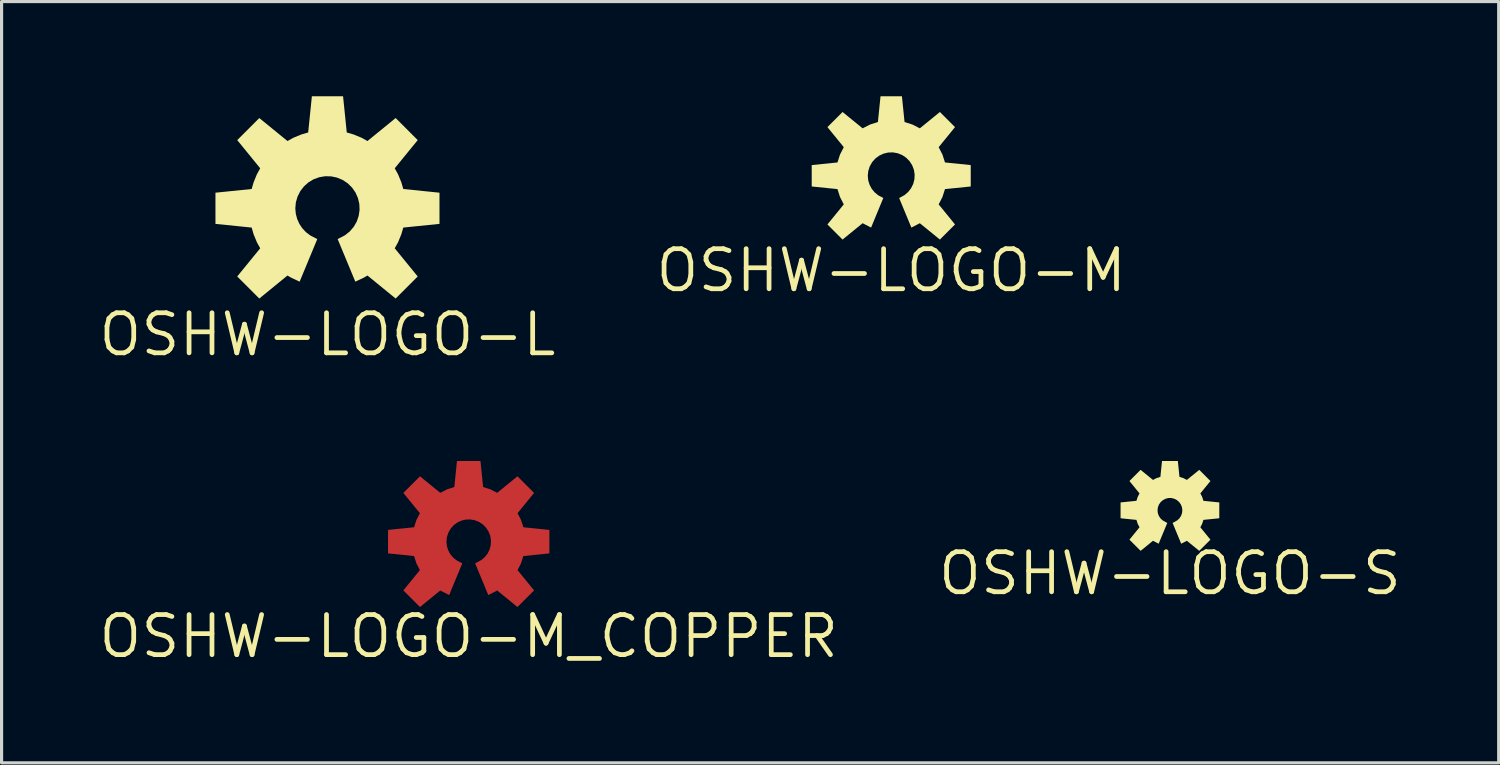
<source format=kicad_pcb>
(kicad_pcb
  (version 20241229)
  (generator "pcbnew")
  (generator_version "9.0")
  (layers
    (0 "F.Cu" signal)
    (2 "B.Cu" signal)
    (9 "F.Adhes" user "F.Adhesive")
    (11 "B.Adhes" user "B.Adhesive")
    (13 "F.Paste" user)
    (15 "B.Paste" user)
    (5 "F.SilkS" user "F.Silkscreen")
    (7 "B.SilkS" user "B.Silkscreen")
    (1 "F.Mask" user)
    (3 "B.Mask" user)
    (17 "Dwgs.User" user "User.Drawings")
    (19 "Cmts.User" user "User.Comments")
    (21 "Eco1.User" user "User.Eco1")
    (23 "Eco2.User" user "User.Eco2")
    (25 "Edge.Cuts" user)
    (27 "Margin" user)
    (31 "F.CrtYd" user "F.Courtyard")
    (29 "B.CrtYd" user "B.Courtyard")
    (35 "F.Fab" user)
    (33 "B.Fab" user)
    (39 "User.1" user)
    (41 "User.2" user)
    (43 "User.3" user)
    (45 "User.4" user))
  (footprint "OSHW-LOGO-S"
    (layer "F.Cu")
    (at 34.016 13.119)
    (property "Reference" "OSHW-LOGO-S" (at 0 2 0) (layer "F.SilkS") (effects (font (size 1.27 1.27) (thickness 0.15))))
    (fp_poly (pts (xy 0.302 -1.061) (xy 0.302 -1.061) (xy 0.302 -1.061) (xy 0.302 -1.061) (xy 0.423 -1.022) (xy 0.537 -0.964) (xy 0.537 -0.964) (xy 0.537 -0.964) (xy 0.929 -1.283) (xy 1.283 -0.929) (xy 0.964 -0.537) (xy 0.964 -0.537) (xy 0.964 -0.537) (xy 1.022 -0.423) (xy 1.061 -0.302) (xy 1.061 -0.302) (xy 1.061 -0.302) (xy 1.061 -0.302) (xy 1.564 -0.251) (xy 1.564 0.251) (xy 1.061 0.302) (xy 1.061 0.302) (xy 1.061 0.302) (xy 1.061 0.302) (xy 1.022 0.423) (xy 0.964 0.537) (xy 0.964 0.537) (xy 0.964 0.537) (xy 1.283 0.929) (xy 0.929 1.283) (xy 0.537 0.964) (xy 0.537 0.964) (xy 0.357 1.057) (xy 0.085 0.4) (xy 0.232 0.317) (xy 0.232 0.317) (xy 0.233 0.317) (xy 0.301 0.253) (xy 0.301 0.253) (xy 0.353 0.174) (xy 0.353 0.174) (xy 0.353 0.174) (xy 0.384 0.085) (xy 0.384 0.085) (xy 0.384 0.085) (xy 0.384 0.085) (xy 0.393 -0.009) (xy 0.393 -0.009) (xy 0.393 -0.009) (xy 0.393 -0.009) (xy 0.38 -0.102) (xy 0.38 -0.102) (xy 0.345 -0.189) (xy 0.345 -0.189) (xy 0.29 -0.266) (xy 0.29 -0.266) (xy 0.218 -0.327) (xy 0.218 -0.327) (xy 0.218 -0.327) (xy 0.134 -0.369) (xy 0.134 -0.369) (xy 0.043 -0.391) (xy 0.043 -0.391) (xy -0.051 -0.39) (xy -0.051 -0.39) (xy -0.143 -0.366) (xy -0.143 -0.366) (xy -0.226 -0.322) (xy -0.226 -0.322) (xy -0.296 -0.259) (xy -0.296 -0.259) (xy -0.349 -0.182) (xy -0.349 -0.181) (xy -0.349 -0.181) (xy -0.382 -0.093) (xy -0.382 -0.093) (xy -0.382 -0.093) (xy -0.393 0.000095) (xy -0.393 0.000097) (xy -0.382 0.092) (xy -0.382 0.092) (xy -0.382 0.092) (xy -0.35 0.179) (xy -0.35 0.179) (xy -0.299 0.255) (xy -0.299 0.255) (xy -0.299 0.255) (xy -0.231 0.318) (xy -0.231 0.318) (xy -0.231 0.318) (xy -0.085 0.4) (xy -0.357 1.057) (xy -0.537 0.964) (xy -0.537 0.964) (xy -0.929 1.283) (xy -1.283 0.929) (xy -0.964 0.537) (xy -0.964 0.537) (xy -0.964 0.537) (xy -1.022 0.423) (xy -1.061 0.302) (xy -1.061 0.302) (xy -1.061 0.302) (xy -1.061 0.302) (xy -1.564 0.251) (xy -1.564 -0.251) (xy -1.061 -0.302) (xy -1.061 -0.302) (xy -1.061 -0.302) (xy -1.061 -0.302) (xy -1.022 -0.423) (xy -0.964 -0.537) (xy -0.964 -0.537) (xy -0.964 -0.537) (xy -1.283 -0.929) (xy -0.929 -1.283) (xy -0.537 -0.964) (xy -0.537 -0.964) (xy -0.537 -0.964) (xy -0.423 -1.022) (xy -0.302 -1.061) (xy -0.302 -1.061) (xy -0.302 -1.061) (xy -0.302 -1.061) (xy -0.251 -1.564) (xy 0.251 -1.564)) (stroke (width 0) (type default)) (fill yes) (layer "F.SilkS")))
  (footprint "OSHW-LOGO-M"
    (layer "F.Cu")
    (at 25.186 2.519)
    (property "Reference" "OSHW-LOGO-M" (at 0 3 0) (layer "F.SilkS") (effects (font (size 1.27 1.27) (thickness 0.15))))
    (fp_poly (pts (xy 0.422 -1.703) (xy 0.422 -1.703) (xy 0.422 -1.703) (xy 0.422 -1.703) (xy 0.672 -1.623) (xy 0.906 -1.503) (xy 0.906 -1.503) (xy 0.906 -1.503) (xy 0.906 -1.503) (xy 1.542 -2.021) (xy 2.021 -1.542) (xy 1.503 -0.906) (xy 1.503 -0.906) (xy 1.503 -0.906) (xy 1.503 -0.906) (xy 1.623 -0.672) (xy 1.703 -0.422) (xy 1.703 -0.422) (xy 1.703 -0.422) (xy 1.703 -0.422) (xy 2.519 -0.339) (xy 2.519 0.339) (xy 1.703 0.422) (xy 1.703 0.422) (xy 1.703 0.422) (xy 1.703 0.422) (xy 1.623 0.672) (xy 1.503 0.906) (xy 1.503 0.906) (xy 1.503 0.906) (xy 1.503 0.906) (xy 2.021 1.542) (xy 1.542 2.021) (xy 0.906 1.503) (xy 0.906 1.503) (xy 0.906 1.503) (xy 0.906 1.503) (xy 0.906 1.503) (xy 0.638 1.641) (xy 0.251 0.705) (xy 0.419 0.614) (xy 0.419 0.614) (xy 0.419 0.614) (xy 0.535 0.515) (xy 0.535 0.515) (xy 0.535 0.515) (xy 0.629 0.395) (xy 0.629 0.395) (xy 0.629 0.395) (xy 0.629 0.395) (xy 0.697 0.258) (xy 0.697 0.258) (xy 0.735 0.111) (xy 0.735 0.111) (xy 0.742 -0.042) (xy 0.742 -0.042) (xy 0.742 -0.042) (xy 0.718 -0.192) (xy 0.718 -0.192) (xy 0.663 -0.335) (xy 0.581 -0.463) (xy 0.581 -0.463) (xy 0.581 -0.463) (xy 0.474 -0.572) (xy 0.474 -0.572) (xy 0.347 -0.657) (xy 0.347 -0.657) (xy 0.347 -0.657) (xy 0.347 -0.657) (xy 0.206 -0.714) (xy 0.206 -0.714) (xy 0.206 -0.714) (xy 0.206 -0.714) (xy 0.055 -0.741) (xy 0.055 -0.741) (xy -0.097 -0.737) (xy -0.097 -0.737) (xy -0.097 -0.737) (xy -0.097 -0.737) (xy -0.245 -0.701) (xy -0.245 -0.701) (xy -0.245 -0.701) (xy -0.245 -0.701) (xy -0.383 -0.636) (xy -0.383 -0.636) (xy -0.383 -0.636) (xy -0.505 -0.545) (xy -0.505 -0.545) (xy -0.505 -0.545) (xy -0.606 -0.43) (xy -0.606 -0.43) (xy -0.606 -0.43) (xy -0.681 -0.297) (xy -0.681 -0.297) (xy -0.681 -0.297) (xy -0.727 -0.152) (xy -0.727 -0.152) (xy -0.727 -0.152) (xy -0.727 -0.152) (xy -0.743 0.000096) (xy -0.743 0.000098) (xy -0.743 0.000104) (xy -0.743 0.000106) (xy -0.729 0.145) (xy -0.729 0.145) (xy -0.729 0.145) (xy -0.686 0.284) (xy -0.618 0.413) (xy -0.618 0.413) (xy -0.618 0.413) (xy -0.618 0.413) (xy -0.525 0.525) (xy -0.525 0.525) (xy -0.413 0.618) (xy -0.413 0.618) (xy -0.413 0.618) (xy -0.413 0.618) (xy -0.251 0.704) (xy -0.638 1.641) (xy -0.906 1.503) (xy -0.906 1.503) (xy -0.906 1.503) (xy -0.906 1.503) (xy -0.906 1.503) (xy -1.542 2.021) (xy -2.021 1.542) (xy -1.503 0.906) (xy -1.503 0.906) (xy -1.503 0.906) (xy -1.503 0.906) (xy -1.623 0.672) (xy -1.703 0.422) (xy -1.703 0.422) (xy -1.703 0.422) (xy -1.703 0.422) (xy -2.519 0.339) (xy -2.519 -0.339) (xy -1.703 -0.422) (xy -1.703 -0.422) (xy -1.703 -0.422) (xy -1.703 -0.422) (xy -1.623 -0.672) (xy -1.503 -0.906) (xy -1.503 -0.906) (xy -1.503 -0.906) (xy -1.503 -0.906) (xy -2.021 -1.542) (xy -1.542 -2.021) (xy -0.906 -1.503) (xy -0.906 -1.503) (xy -0.906 -1.503) (xy -0.906 -1.503) (xy -0.672 -1.623) (xy -0.422 -1.703) (xy -0.422 -1.703) (xy -0.422 -1.703) (xy -0.422 -1.703) (xy -0.339 -2.519) (xy 0.339 -2.519)) (stroke (width 0) (type default)) (fill yes) (layer "F.SilkS")))
  (footprint "OSHW-LOGO-M_COPPER"
    (layer "F.Cu")
    (at 11.8 14.111)
    (property "Reference" "OSHW-LOGO-M_COPPER" (at 0 3 0) (layer "F.SilkS") (effects (font (size 1.27 1.27) (thickness 0.15))))
    (fp_poly (pts (xy 0.456 -1.731) (xy 0.456 -1.731) (xy 0.687 -1.657) (xy 0.901 -1.547) (xy 0.902 -1.547) (xy 1.544 -2.071) (xy 2.071 -1.544) (xy 1.547 -0.902) (xy 1.547 -0.901) (xy 1.657 -0.687) (xy 1.731 -0.456) (xy 1.731 -0.456) (xy 2.556 -0.372) (xy 2.556 0.372) (xy 1.731 0.456) (xy 1.731 0.456) (xy 1.657 0.687) (xy 1.547 0.901) (xy 1.547 0.902) (xy 2.071 1.544) (xy 1.544 2.071) (xy 0.902 1.547) (xy 0.902 1.547) (xy 0.901 1.547) (xy 0.901 1.547) (xy 0.62 1.692) (xy 0.204 0.688) (xy 0.398 0.583) (xy 0.398 0.583) (xy 0.508 0.49) (xy 0.508 0.49) (xy 0.598 0.376) (xy 0.598 0.376) (xy 0.662 0.246) (xy 0.662 0.246) (xy 0.662 0.246) (xy 0.662 0.246) (xy 0.698 0.105) (xy 0.698 0.105) (xy 0.698 0.105) (xy 0.705 -0.04) (xy 0.705 -0.04) (xy 0.705 -0.04) (xy 0.682 -0.183) (xy 0.682 -0.183) (xy 0.63 -0.318) (xy 0.63 -0.318) (xy 0.63 -0.318) (xy 0.552 -0.44) (xy 0.552 -0.44) (xy 0.552 -0.44) (xy 0.45 -0.544) (xy 0.45 -0.544) (xy 0.45 -0.544) (xy 0.33 -0.624) (xy 0.33 -0.624) (xy 0.195 -0.678) (xy 0.053 -0.704) (xy 0.053 -0.704) (xy 0.053 -0.704) (xy -0.092 -0.7) (xy -0.092 -0.7) (xy -0.233 -0.666) (xy -0.233 -0.666) (xy -0.233 -0.666) (xy -0.364 -0.605) (xy -0.364 -0.605) (xy -0.48 -0.517) (xy -0.48 -0.517) (xy -0.576 -0.408) (xy -0.576 -0.408) (xy -0.576 -0.408) (xy -0.576 -0.408) (xy -0.647 -0.282) (xy -0.647 -0.282) (xy -0.647 -0.282) (xy -0.647 -0.282) (xy -0.691 -0.144) (xy -0.691 -0.144) (xy -0.691 -0.144) (xy -0.706 0.000153) (xy -0.706 0.000171) (xy -0.706 0.000184) (xy -0.692 0.138) (xy -0.692 0.138) (xy -0.692 0.138) (xy -0.692 0.138) (xy -0.652 0.27) (xy -0.652 0.27) (xy -0.587 0.392) (xy -0.587 0.392) (xy -0.587 0.392) (xy -0.587 0.392) (xy -0.499 0.499) (xy -0.499 0.499) (xy -0.499 0.499) (xy -0.499 0.499) (xy -0.392 0.587) (xy -0.392 0.587) (xy -0.392 0.587) (xy -0.392 0.587) (xy -0.204 0.688) (xy -0.62 1.692) (xy -0.901 1.547) (xy -0.901 1.547) (xy -0.902 1.547) (xy -0.902 1.547) (xy -1.544 2.071) (xy -2.071 1.544) (xy -1.547 0.902) (xy -1.547 0.901) (xy -1.657 0.687) (xy -1.731 0.456) (xy -1.731 0.456) (xy -2.556 0.372) (xy -2.556 -0.372) (xy -1.731 -0.456) (xy -1.731 -0.456) (xy -1.657 -0.687) (xy -1.547 -0.901) (xy -1.547 -0.902) (xy -2.071 -1.544) (xy -1.544 -2.071) (xy -0.902 -1.547) (xy -0.901 -1.547) (xy -0.687 -1.657) (xy -0.456 -1.731) (xy -0.456 -1.731) (xy -0.372 -2.556) (xy 0.372 -2.556)) (stroke (width 0) (type default)) (fill yes) (layer "F.Cu")))
  (footprint "OSHW-LOGO-L"
    (layer "F.Cu")
    (at 7.325 3.549)
    (property "Reference" "OSHW-LOGO-L" (at 0 4 0) (layer "F.SilkS") (effects (font (size 1.27 1.27) (thickness 0.15))))
    (fp_poly (pts (xy 0.611 -2.403) (xy 0.611 -2.403) (xy 0.611 -2.402) (xy 0.821 -2.341) (xy 1.075 -2.237) (xy 1.267 -2.131) (xy 1.267 -2.131) (xy 1.267 -2.131) (xy 1.267 -2.131) (xy 2.16 -2.859) (xy 2.859 -2.16) (xy 2.131 -1.267) (xy 2.131 -1.267) (xy 2.131 -1.267) (xy 2.131 -1.267) (xy 2.131 -1.267) (xy 2.237 -1.075) (xy 2.341 -0.821) (xy 2.402 -0.611) (xy 2.403 -0.611) (xy 2.403 -0.611) (xy 3.549 -0.494) (xy 3.549 0.494) (xy 2.403 0.611) (xy 2.403 0.611) (xy 2.402 0.611) (xy 2.341 0.821) (xy 2.237 1.075) (xy 2.131 1.267) (xy 2.131 1.267) (xy 2.131 1.267) (xy 2.131 1.267) (xy 2.859 2.16) (xy 2.16 2.859) (xy 1.268 2.131) (xy 1.268 2.131) (xy 1.267 2.131) (xy 1.267 2.131) (xy 1.267 2.131) (xy 1.136 2.206) (xy 0.882 2.324) (xy 0.323 0.976) (xy 0.559 0.852) (xy 0.559 0.852) (xy 0.559 0.852) (xy 0.708 0.732) (xy 0.708 0.732) (xy 0.708 0.732) (xy 0.832 0.587) (xy 0.832 0.587) (xy 0.927 0.422) (xy 0.927 0.422) (xy 0.927 0.422) (xy 0.927 0.422) (xy 0.989 0.241) (xy 0.989 0.241) (xy 0.989 0.241) (xy 0.989 0.241) (xy 1.017 0.052) (xy 1.017 0.052) (xy 1.017 0.052) (xy 1.009 -0.139) (xy 1.009 -0.139) (xy 1.009 -0.139) (xy 1.009 -0.139) (xy 0.965 -0.325) (xy 0.888 -0.499) (xy 0.888 -0.499) (xy 0.888 -0.499) (xy 0.888 -0.499) (xy 0.779 -0.656) (xy 0.779 -0.656) (xy 0.779 -0.656) (xy 0.779 -0.656) (xy 0.643 -0.79) (xy 0.643 -0.79) (xy 0.643 -0.79) (xy 0.643 -0.79) (xy 0.484 -0.896) (xy 0.308 -0.971) (xy 0.308 -0.971) (xy 0.308 -0.971) (xy 0.308 -0.971) (xy 0.121 -1.011) (xy 0.121 -1.011) (xy 0.121 -1.011) (xy 0.121 -1.011) (xy -0.07 -1.016) (xy -0.07 -1.016) (xy -0.07 -1.016) (xy -0.258 -0.985) (xy -0.437 -0.92) (xy -0.437 -0.92) (xy -0.437 -0.92) (xy -0.601 -0.822) (xy -0.601 -0.822) (xy -0.601 -0.822) (xy -0.744 -0.695) (xy -0.744 -0.695) (xy -0.861 -0.544) (xy -0.861 -0.544) (xy -0.947 -0.374) (xy -0.947 -0.374) (xy -0.947 -0.374) (xy -1.001 -0.19) (xy -1.001 -0.19) (xy -1.001 -0.19) (xy -1.019 0.000371) (xy -1.019 0.000374) (xy -1.004 0.171) (xy -1.004 0.171) (xy -0.961 0.336) (xy -0.961 0.336) (xy -0.961 0.336) (xy -0.891 0.493) (xy -0.891 0.493) (xy -0.891 0.493) (xy -0.891 0.493) (xy -0.796 0.635) (xy -0.796 0.635) (xy -0.796 0.635) (xy -0.679 0.759) (xy -0.542 0.862) (xy -0.542 0.862) (xy -0.323 0.976) (xy -0.882 2.324) (xy -1.136 2.206) (xy -1.267 2.131) (xy -1.267 2.131) (xy -1.267 2.131) (xy -1.268 2.131) (xy -1.268 2.131) (xy -2.16 2.859) (xy -2.859 2.16) (xy -2.131 1.267) (xy -2.131 1.267) (xy -2.131 1.267) (xy -2.131 1.267) (xy -2.237 1.075) (xy -2.341 0.821) (xy -2.402 0.611) (xy -2.403 0.611) (xy -2.403 0.611) (xy -3.549 0.494) (xy -3.549 -0.494) (xy -2.403 -0.611) (xy -2.403 -0.611) (xy -2.402 -0.611) (xy -2.341 -0.821) (xy -2.237 -1.075) (xy -2.131 -1.267) (xy -2.131 -1.267) (xy -2.131 -1.267) (xy -2.131 -1.267) (xy -2.131 -1.267) (xy -2.859 -2.16) (xy -2.16 -2.859) (xy -1.267 -2.131) (xy -1.267 -2.131) (xy -1.267 -2.131) (xy -1.267 -2.131) (xy -1.075 -2.237) (xy -0.821 -2.341) (xy -0.611 -2.402) (xy -0.611 -2.403) (xy -0.611 -2.403) (xy -0.494 -3.549) (xy 0.494 -3.549)) (stroke (width 0) (type default)) (fill yes) (layer "F.SilkS")))
  (gr_rect
    (start -3 -3)
    (end 44.432 21.118)
    (stroke (width 0.1) (type default))
    (fill no)
    (layer "Edge.Cuts")))
</source>
